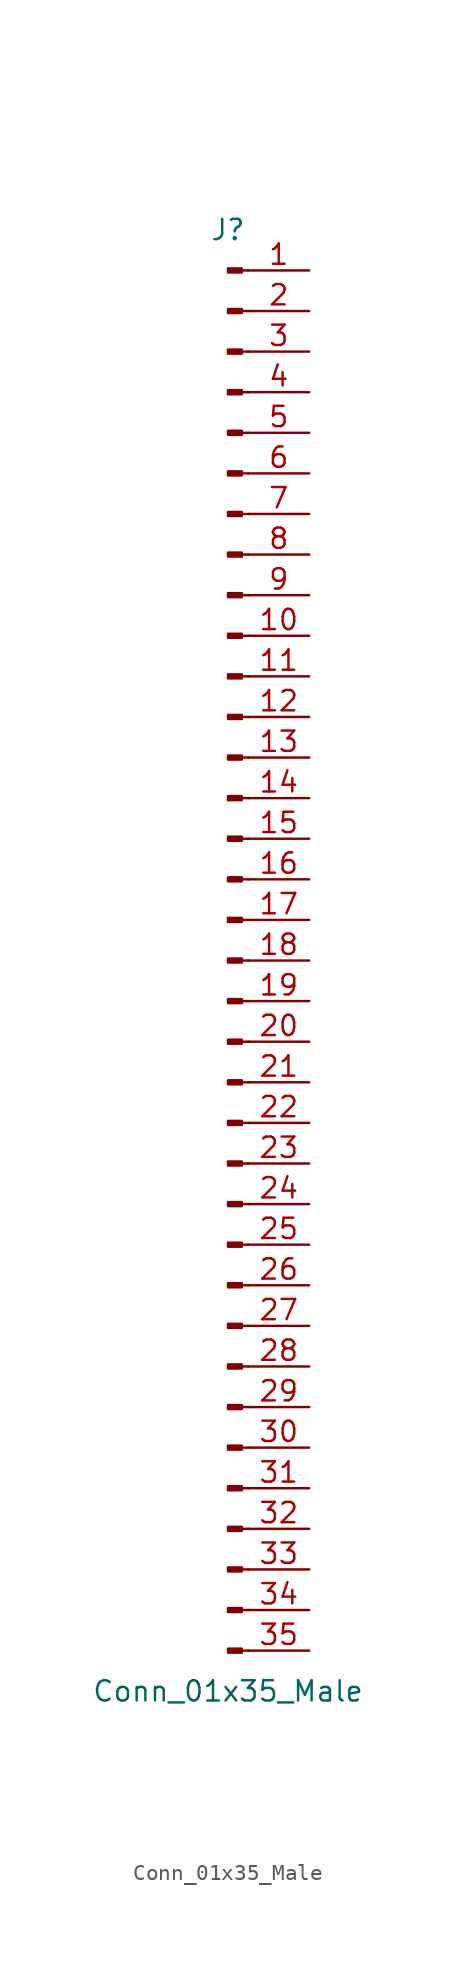
<source format=kicad_sym>
(kicad_symbol_lib
  (version 20211014)
  (generator kicad_symbol_editor)
  (symbol "Conn_01x35_Male"
    (pin_names
      (offset 1.016) hide)
    (property "Reference" "J"
      (at 0 45.72 0)
      (effects (font (size 1.27 1.27))))
    (property "Value" "Conn_01x35_Male"
      (at 0 -45.72 0)
      (effects (font (size 1.27 1.27))))
    (symbol "Conn_01x35_Male_1_1"
      (polyline (pts (xy 1.27 -43.18) (xy 0.864 -43.18)) (stroke (width 0.152) (type default) (color 0 0 0 0)) (fill (type none)))
      (polyline (pts (xy 1.27 -40.64) (xy 0.864 -40.64)) (stroke (width 0.152) (type default) (color 0 0 0 0)) (fill (type none)))
      (polyline (pts (xy 1.27 -38.1) (xy 0.864 -38.1)) (stroke (width 0.152) (type default) (color 0 0 0 0)) (fill (type none)))
      (polyline (pts (xy 1.27 -35.56) (xy 0.864 -35.56)) (stroke (width 0.152) (type default) (color 0 0 0 0)) (fill (type none)))
      (polyline (pts (xy 1.27 -33.02) (xy 0.864 -33.02)) (stroke (width 0.152) (type default) (color 0 0 0 0)) (fill (type none)))
      (polyline (pts (xy 1.27 -30.48) (xy 0.864 -30.48)) (stroke (width 0.152) (type default) (color 0 0 0 0)) (fill (type none)))
      (polyline (pts (xy 1.27 -27.94) (xy 0.864 -27.94)) (stroke (width 0.152) (type default) (color 0 0 0 0)) (fill (type none)))
      (polyline (pts (xy 1.27 -25.4) (xy 0.864 -25.4)) (stroke (width 0.152) (type default) (color 0 0 0 0)) (fill (type none)))
      (polyline (pts (xy 1.27 -22.86) (xy 0.864 -22.86)) (stroke (width 0.152) (type default) (color 0 0 0 0)) (fill (type none)))
      (polyline (pts (xy 1.27 -20.32) (xy 0.864 -20.32)) (stroke (width 0.152) (type default) (color 0 0 0 0)) (fill (type none)))
      (polyline (pts (xy 1.27 -17.78) (xy 0.864 -17.78)) (stroke (width 0.152) (type default) (color 0 0 0 0)) (fill (type none)))
      (polyline (pts (xy 1.27 -15.24) (xy 0.864 -15.24)) (stroke (width 0.152) (type default) (color 0 0 0 0)) (fill (type none)))
      (polyline (pts (xy 1.27 -12.7) (xy 0.864 -12.7)) (stroke (width 0.152) (type default) (color 0 0 0 0)) (fill (type none)))
      (polyline (pts (xy 1.27 -10.16) (xy 0.864 -10.16)) (stroke (width 0.152) (type default) (color 0 0 0 0)) (fill (type none)))
      (polyline (pts (xy 1.27 -7.62) (xy 0.864 -7.62)) (stroke (width 0.152) (type default) (color 0 0 0 0)) (fill (type none)))
      (polyline (pts (xy 1.27 -5.08) (xy 0.864 -5.08)) (stroke (width 0.152) (type default) (color 0 0 0 0)) (fill (type none)))
      (polyline (pts (xy 1.27 -2.54) (xy 0.864 -2.54)) (stroke (width 0.152) (type default) (color 0 0 0 0)) (fill (type none)))
      (polyline (pts (xy 1.27 0) (xy 0.864 0)) (stroke (width 0.152) (type default) (color 0 0 0 0)) (fill (type none)))
      (polyline (pts (xy 1.27 2.54) (xy 0.864 2.54)) (stroke (width 0.152) (type default) (color 0 0 0 0)) (fill (type none)))
      (polyline (pts (xy 1.27 5.08) (xy 0.864 5.08)) (stroke (width 0.152) (type default) (color 0 0 0 0)) (fill (type none)))
      (polyline (pts (xy 1.27 7.62) (xy 0.864 7.62)) (stroke (width 0.152) (type default) (color 0 0 0 0)) (fill (type none)))
      (polyline (pts (xy 1.27 10.16) (xy 0.864 10.16)) (stroke (width 0.152) (type default) (color 0 0 0 0)) (fill (type none)))
      (polyline (pts (xy 1.27 12.7) (xy 0.864 12.7)) (stroke (width 0.152) (type default) (color 0 0 0 0)) (fill (type none)))
      (polyline (pts (xy 1.27 15.24) (xy 0.864 15.24)) (stroke (width 0.152) (type default) (color 0 0 0 0)) (fill (type none)))
      (polyline (pts (xy 1.27 17.78) (xy 0.864 17.78)) (stroke (width 0.152) (type default) (color 0 0 0 0)) (fill (type none)))
      (polyline (pts (xy 1.27 20.32) (xy 0.864 20.32)) (stroke (width 0.152) (type default) (color 0 0 0 0)) (fill (type none)))
      (polyline (pts (xy 1.27 22.86) (xy 0.864 22.86)) (stroke (width 0.152) (type default) (color 0 0 0 0)) (fill (type none)))
      (polyline (pts (xy 1.27 25.4) (xy 0.864 25.4)) (stroke (width 0.152) (type default) (color 0 0 0 0)) (fill (type none)))
      (polyline (pts (xy 1.27 27.94) (xy 0.864 27.94)) (stroke (width 0.152) (type default) (color 0 0 0 0)) (fill (type none)))
      (polyline (pts (xy 1.27 30.48) (xy 0.864 30.48)) (stroke (width 0.152) (type default) (color 0 0 0 0)) (fill (type none)))
      (polyline (pts (xy 1.27 33.02) (xy 0.864 33.02)) (stroke (width 0.152) (type default) (color 0 0 0 0)) (fill (type none)))
      (polyline (pts (xy 1.27 35.56) (xy 0.864 35.56)) (stroke (width 0.152) (type default) (color 0 0 0 0)) (fill (type none)))
      (polyline (pts (xy 1.27 38.1) (xy 0.864 38.1)) (stroke (width 0.152) (type default) (color 0 0 0 0)) (fill (type none)))
      (polyline (pts (xy 1.27 40.64) (xy 0.864 40.64)) (stroke (width 0.152) (type default) (color 0 0 0 0)) (fill (type none)))
      (polyline (pts (xy 1.27 43.18) (xy 0.864 43.18)) (stroke (width 0.152) (type default) (color 0 0 0 0)) (fill (type none)))
      (rectangle (start 0.864 -43.053) (end 0 -43.307) (stroke (width 0.152) (type default) (color 0 0 0 0)) (fill (type outline)))
      (rectangle (start 0.864 -40.513) (end 0 -40.767) (stroke (width 0.152) (type default) (color 0 0 0 0)) (fill (type outline)))
      (rectangle (start 0.864 -37.973) (end 0 -38.227) (stroke (width 0.152) (type default) (color 0 0 0 0)) (fill (type outline)))
      (rectangle (start 0.864 -35.433) (end 0 -35.687) (stroke (width 0.152) (type default) (color 0 0 0 0)) (fill (type outline)))
      (rectangle (start 0.864 -32.893) (end 0 -33.147) (stroke (width 0.152) (type default) (color 0 0 0 0)) (fill (type outline)))
      (rectangle (start 0.864 -30.353) (end 0 -30.607) (stroke (width 0.152) (type default) (color 0 0 0 0)) (fill (type outline)))
      (rectangle (start 0.864 -27.813) (end 0 -28.067) (stroke (width 0.152) (type default) (color 0 0 0 0)) (fill (type outline)))
      (rectangle (start 0.864 -25.273) (end 0 -25.527) (stroke (width 0.152) (type default) (color 0 0 0 0)) (fill (type outline)))
      (rectangle (start 0.864 -22.733) (end 0 -22.987) (stroke (width 0.152) (type default) (color 0 0 0 0)) (fill (type outline)))
      (rectangle (start 0.864 -20.193) (end 0 -20.447) (stroke (width 0.152) (type default) (color 0 0 0 0)) (fill (type outline)))
      (rectangle (start 0.864 -17.653) (end 0 -17.907) (stroke (width 0.152) (type default) (color 0 0 0 0)) (fill (type outline)))
      (rectangle (start 0.864 -15.113) (end 0 -15.367) (stroke (width 0.152) (type default) (color 0 0 0 0)) (fill (type outline)))
      (rectangle (start 0.864 -12.573) (end 0 -12.827) (stroke (width 0.152) (type default) (color 0 0 0 0)) (fill (type outline)))
      (rectangle (start 0.864 -10.033) (end 0 -10.287) (stroke (width 0.152) (type default) (color 0 0 0 0)) (fill (type outline)))
      (rectangle (start 0.864 -7.493) (end 0 -7.747) (stroke (width 0.152) (type default) (color 0 0 0 0)) (fill (type outline)))
      (rectangle (start 0.864 -4.953) (end 0 -5.207) (stroke (width 0.152) (type default) (color 0 0 0 0)) (fill (type outline)))
      (rectangle (start 0.864 -2.413) (end 0 -2.667) (stroke (width 0.152) (type default) (color 0 0 0 0)) (fill (type outline)))
      (rectangle (start 0.864 0.127) (end 0 -0.127) (stroke (width 0.152) (type default) (color 0 0 0 0)) (fill (type outline)))
      (rectangle (start 0.864 2.667) (end 0 2.413) (stroke (width 0.152) (type default) (color 0 0 0 0)) (fill (type outline)))
      (rectangle (start 0.864 5.207) (end 0 4.953) (stroke (width 0.152) (type default) (color 0 0 0 0)) (fill (type outline)))
      (rectangle (start 0.864 7.747) (end 0 7.493) (stroke (width 0.152) (type default) (color 0 0 0 0)) (fill (type outline)))
      (rectangle (start 0.864 10.287) (end 0 10.033) (stroke (width 0.152) (type default) (color 0 0 0 0)) (fill (type outline)))
      (rectangle (start 0.864 12.827) (end 0 12.573) (stroke (width 0.152) (type default) (color 0 0 0 0)) (fill (type outline)))
      (rectangle (start 0.864 15.367) (end 0 15.113) (stroke (width 0.152) (type default) (color 0 0 0 0)) (fill (type outline)))
      (rectangle (start 0.864 17.907) (end 0 17.653) (stroke (width 0.152) (type default) (color 0 0 0 0)) (fill (type outline)))
      (rectangle (start 0.864 20.447) (end 0 20.193) (stroke (width 0.152) (type default) (color 0 0 0 0)) (fill (type outline)))
      (rectangle (start 0.864 22.987) (end 0 22.733) (stroke (width 0.152) (type default) (color 0 0 0 0)) (fill (type outline)))
      (rectangle (start 0.864 25.527) (end 0 25.273) (stroke (width 0.152) (type default) (color 0 0 0 0)) (fill (type outline)))
      (rectangle (start 0.864 28.067) (end 0 27.813) (stroke (width 0.152) (type default) (color 0 0 0 0)) (fill (type outline)))
      (rectangle (start 0.864 30.607) (end 0 30.353) (stroke (width 0.152) (type default) (color 0 0 0 0)) (fill (type outline)))
      (rectangle (start 0.864 33.147) (end 0 32.893) (stroke (width 0.152) (type default) (color 0 0 0 0)) (fill (type outline)))
      (rectangle (start 0.864 35.687) (end 0 35.433) (stroke (width 0.152) (type default) (color 0 0 0 0)) (fill (type outline)))
      (rectangle (start 0.864 38.227) (end 0 37.973) (stroke (width 0.152) (type default) (color 0 0 0 0)) (fill (type outline)))
      (rectangle (start 0.864 40.767) (end 0 40.513) (stroke (width 0.152) (type default) (color 0 0 0 0)) (fill (type outline)))
      (rectangle (start 0.864 43.307) (end 0 43.053) (stroke (width 0.152) (type default) (color 0 0 0 0)) (fill (type outline)))
      (pin passive line (at 5.08 43.18 180) (length 3.81) (name "Pin_1" (effects (font (size 1.27 1.27)))) (number "1" (effects (font (size 1.27 1.27)))))
      (pin passive line (at 5.08 20.32 180) (length 3.81) (name "Pin_10" (effects (font (size 1.27 1.27)))) (number "10" (effects (font (size 1.27 1.27)))))
      (pin passive line (at 5.08 17.78 180) (length 3.81) (name "Pin_11" (effects (font (size 1.27 1.27)))) (number "11" (effects (font (size 1.27 1.27)))))
      (pin passive line (at 5.08 15.24 180) (length 3.81) (name "Pin_12" (effects (font (size 1.27 1.27)))) (number "12" (effects (font (size 1.27 1.27)))))
      (pin passive line (at 5.08 12.7 180) (length 3.81) (name "Pin_13" (effects (font (size 1.27 1.27)))) (number "13" (effects (font (size 1.27 1.27)))))
      (pin passive line (at 5.08 10.16 180) (length 3.81) (name "Pin_14" (effects (font (size 1.27 1.27)))) (number "14" (effects (font (size 1.27 1.27)))))
      (pin passive line (at 5.08 7.62 180) (length 3.81) (name "Pin_15" (effects (font (size 1.27 1.27)))) (number "15" (effects (font (size 1.27 1.27)))))
      (pin passive line (at 5.08 5.08 180) (length 3.81) (name "Pin_16" (effects (font (size 1.27 1.27)))) (number "16" (effects (font (size 1.27 1.27)))))
      (pin passive line (at 5.08 2.54 180) (length 3.81) (name "Pin_17" (effects (font (size 1.27 1.27)))) (number "17" (effects (font (size 1.27 1.27)))))
      (pin passive line (at 5.08 0 180) (length 3.81) (name "Pin_18" (effects (font (size 1.27 1.27)))) (number "18" (effects (font (size 1.27 1.27)))))
      (pin passive line (at 5.08 -2.54 180) (length 3.81) (name "Pin_19" (effects (font (size 1.27 1.27)))) (number "19" (effects (font (size 1.27 1.27)))))
      (pin passive line (at 5.08 40.64 180) (length 3.81) (name "Pin_2" (effects (font (size 1.27 1.27)))) (number "2" (effects (font (size 1.27 1.27)))))
      (pin passive line (at 5.08 -5.08 180) (length 3.81) (name "Pin_20" (effects (font (size 1.27 1.27)))) (number "20" (effects (font (size 1.27 1.27)))))
      (pin passive line (at 5.08 -7.62 180) (length 3.81) (name "Pin_21" (effects (font (size 1.27 1.27)))) (number "21" (effects (font (size 1.27 1.27)))))
      (pin passive line (at 5.08 -10.16 180) (length 3.81) (name "Pin_22" (effects (font (size 1.27 1.27)))) (number "22" (effects (font (size 1.27 1.27)))))
      (pin passive line (at 5.08 -12.7 180) (length 3.81) (name "Pin_23" (effects (font (size 1.27 1.27)))) (number "23" (effects (font (size 1.27 1.27)))))
      (pin passive line (at 5.08 -15.24 180) (length 3.81) (name "Pin_24" (effects (font (size 1.27 1.27)))) (number "24" (effects (font (size 1.27 1.27)))))
      (pin passive line (at 5.08 -17.78 180) (length 3.81) (name "Pin_25" (effects (font (size 1.27 1.27)))) (number "25" (effects (font (size 1.27 1.27)))))
      (pin passive line (at 5.08 -20.32 180) (length 3.81) (name "Pin_26" (effects (font (size 1.27 1.27)))) (number "26" (effects (font (size 1.27 1.27)))))
      (pin passive line (at 5.08 -22.86 180) (length 3.81) (name "Pin_27" (effects (font (size 1.27 1.27)))) (number "27" (effects (font (size 1.27 1.27)))))
      (pin passive line (at 5.08 -25.4 180) (length 3.81) (name "Pin_28" (effects (font (size 1.27 1.27)))) (number "28" (effects (font (size 1.27 1.27)))))
      (pin passive line (at 5.08 -27.94 180) (length 3.81) (name "Pin_29" (effects (font (size 1.27 1.27)))) (number "29" (effects (font (size 1.27 1.27)))))
      (pin passive line (at 5.08 38.1 180) (length 3.81) (name "Pin_3" (effects (font (size 1.27 1.27)))) (number "3" (effects (font (size 1.27 1.27)))))
      (pin passive line (at 5.08 -30.48 180) (length 3.81) (name "Pin_30" (effects (font (size 1.27 1.27)))) (number "30" (effects (font (size 1.27 1.27)))))
      (pin passive line (at 5.08 -33.02 180) (length 3.81) (name "Pin_31" (effects (font (size 1.27 1.27)))) (number "31" (effects (font (size 1.27 1.27)))))
      (pin passive line (at 5.08 -35.56 180) (length 3.81) (name "Pin_32" (effects (font (size 1.27 1.27)))) (number "32" (effects (font (size 1.27 1.27)))))
      (pin passive line (at 5.08 -38.1 180) (length 3.81) (name "Pin_33" (effects (font (size 1.27 1.27)))) (number "33" (effects (font (size 1.27 1.27)))))
      (pin passive line (at 5.08 -40.64 180) (length 3.81) (name "Pin_34" (effects (font (size 1.27 1.27)))) (number "34" (effects (font (size 1.27 1.27)))))
      (pin passive line (at 5.08 -43.18 180) (length 3.81) (name "Pin_35" (effects (font (size 1.27 1.27)))) (number "35" (effects (font (size 1.27 1.27)))))
      (pin passive line (at 5.08 35.56 180) (length 3.81) (name "Pin_4" (effects (font (size 1.27 1.27)))) (number "4" (effects (font (size 1.27 1.27)))))
      (pin passive line (at 5.08 33.02 180) (length 3.81) (name "Pin_5" (effects (font (size 1.27 1.27)))) (number "5" (effects (font (size 1.27 1.27)))))
      (pin passive line (at 5.08 30.48 180) (length 3.81) (name "Pin_6" (effects (font (size 1.27 1.27)))) (number "6" (effects (font (size 1.27 1.27)))))
      (pin passive line (at 5.08 27.94 180) (length 3.81) (name "Pin_7" (effects (font (size 1.27 1.27)))) (number "7" (effects (font (size 1.27 1.27)))))
      (pin passive line (at 5.08 25.4 180) (length 3.81) (name "Pin_8" (effects (font (size 1.27 1.27)))) (number "8" (effects (font (size 1.27 1.27)))))
      (pin passive line (at 5.08 22.86 180) (length 3.81) (name "Pin_9" (effects (font (size 1.27 1.27)))) (number "9" (effects (font (size 1.27 1.27))))))))
</source>
